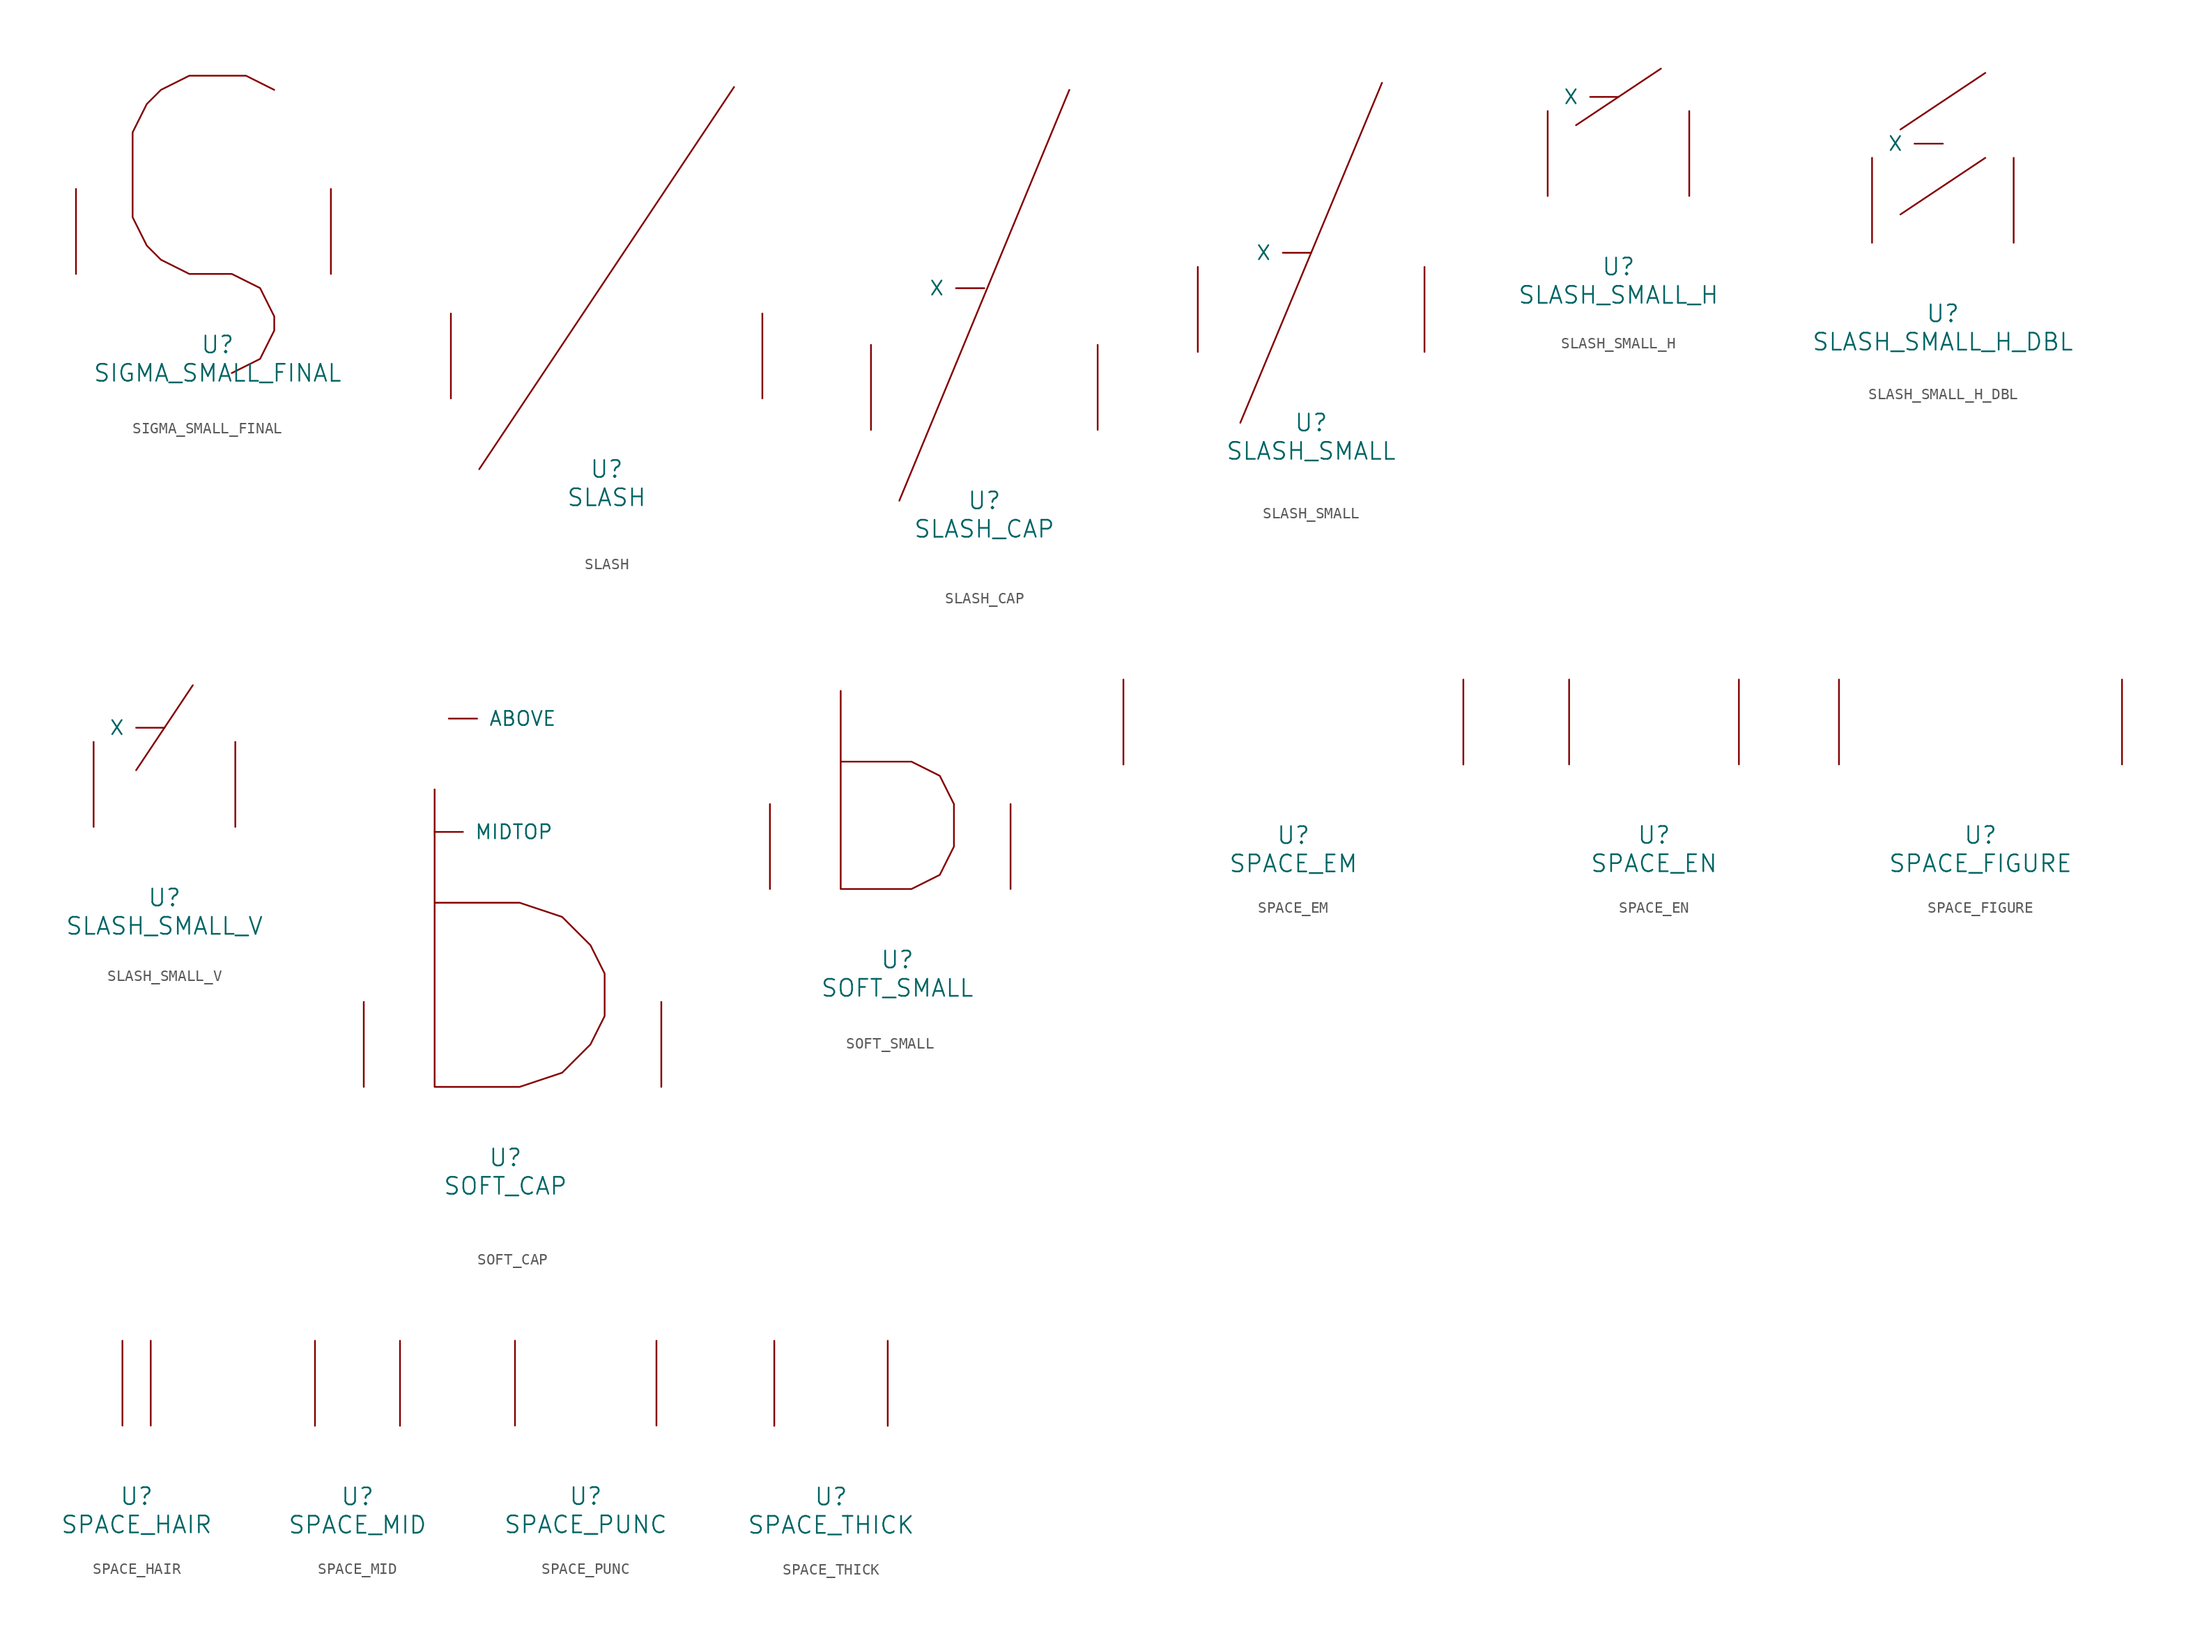
<source format=kicad_sym>
(kicad_symbol_lib
  (version 20220914)
  (generator font_lib2sym)
  (symbol "SIGMA_SMALL_FINAL"
    (pin_names
      (offset 1.016))
    (property "Reference" "U"
      (at 0 -6.35 0)
      (effects (font (size 1.524 1.524))))
    (property "Value" "SIGMA_SMALL_FINAL"
      (at 0 -8.89 0)
      (effects (font (size 1.524 1.524))))
    (symbol "SIGMA_SMALL_FINAL_0_1"
      (polyline (pts (xy 5.08 16.51) (xy 2.54 17.78) (xy -2.54 17.78) (xy -5.08 16.51) (xy -6.35 15.24) (xy -7.62 12.7) (xy -7.62 5.08) (xy -6.35 2.54) (xy -5.08 1.27) (xy -2.54 0) (xy 1.27 0) (xy 3.81 -1.27) (xy 5.08 -3.81) (xy 5.08 -5.08) (xy 3.81 -7.62) (xy 1.27 -8.89)) (stroke (width 0) (type solid)) (fill (type none)))
      (pin input line (at -12.7 0 90) (length 7.62) (name "~" (effects (font (size 1.27 1.27)))) (number "~" (effects (font (size 1.27 1.27)))))
      (pin input line (at 10.16 0 90) (length 7.62) (name "~" (effects (font (size 1.27 1.27)))) (number "~" (effects (font (size 1.27 1.27)))))))
  (symbol "SLASH"
    (pin_names
      (offset 1.016))
    (property "Reference" "U"
      (at 0 -6.35 0)
      (effects (font (size 1.524 1.524))))
    (property "Value" "SLASH"
      (at 0 -8.89 0)
      (effects (font (size 1.524 1.524))))
    (symbol "SLASH_0_1"
      (polyline (pts (xy 11.43 27.94) (xy -11.43 -6.35) (xy -11.43 -6.35)) (stroke (width 0) (type solid)) (fill (type none)))
      (pin input line (at -13.97 0 90) (length 7.62) (name "~" (effects (font (size 1.27 1.27)))) (number "~" (effects (font (size 1.27 1.27)))))
      (pin input line (at 13.97 0 90) (length 7.62) (name "~" (effects (font (size 1.27 1.27)))) (number "~" (effects (font (size 1.27 1.27)))))))
  (symbol "SLASH_CAP"
    (pin_names
      (offset 1.016))
    (property "Reference" "U"
      (at 0 -6.35 0)
      (effects (font (size 1.524 1.524))))
    (property "Value" "SLASH_CAP"
      (at 0 -8.89 0)
      (effects (font (size 1.524 1.524))))
    (symbol "SLASH_CAP_0_1"
      (polyline (pts (xy 7.62 30.48) (xy -7.62 -6.35)) (stroke (width 0) (type solid)) (fill (type none)))
      (pin input line (at 0 12.7 180) (length 2.54) (name "X" (effects (font (size 1.27 1.27)))) (number "~" (effects (font (size 1.27 1.27)))))
      (pin input line (at -10.16 0 90) (length 7.62) (name "~" (effects (font (size 1.27 1.27)))) (number "~" (effects (font (size 1.27 1.27)))))
      (pin input line (at 10.16 0 90) (length 7.62) (name "~" (effects (font (size 1.27 1.27)))) (number "~" (effects (font (size 1.27 1.27)))))))
  (symbol "SLASH_SMALL"
    (pin_names
      (offset 1.016))
    (property "Reference" "U"
      (at 0 -6.35 0)
      (effects (font (size 1.524 1.524))))
    (property "Value" "SLASH_SMALL"
      (at 0 -8.89 0)
      (effects (font (size 1.524 1.524))))
    (symbol "SLASH_SMALL_0_1"
      (polyline (pts (xy 6.35 24.13) (xy -6.35 -6.35)) (stroke (width 0) (type solid)) (fill (type none)))
      (pin input line (at 0 8.89 180) (length 2.54) (name "X" (effects (font (size 1.27 1.27)))) (number "~" (effects (font (size 1.27 1.27)))))
      (pin input line (at -10.16 0 90) (length 7.62) (name "~" (effects (font (size 1.27 1.27)))) (number "~" (effects (font (size 1.27 1.27)))))
      (pin input line (at 10.16 0 90) (length 7.62) (name "~" (effects (font (size 1.27 1.27)))) (number "~" (effects (font (size 1.27 1.27)))))))
  (symbol "SLASH_SMALL_H"
    (pin_names
      (offset 1.016))
    (property "Reference" "U"
      (at 0 -6.35 0)
      (effects (font (size 1.524 1.524))))
    (property "Value" "SLASH_SMALL_H"
      (at 0 -8.89 0)
      (effects (font (size 1.524 1.524))))
    (symbol "SLASH_SMALL_H_0_1"
      (polyline (pts (xy -3.81 6.35) (xy 3.81 11.43)) (stroke (width 0) (type solid)) (fill (type none)))
      (pin input line (at 0 8.89 180) (length 2.54) (name "X" (effects (font (size 1.27 1.27)))) (number "~" (effects (font (size 1.27 1.27)))))
      (pin input line (at -6.35 0 90) (length 7.62) (name "~" (effects (font (size 1.27 1.27)))) (number "~" (effects (font (size 1.27 1.27)))))
      (pin input line (at 6.35 0 90) (length 7.62) (name "~" (effects (font (size 1.27 1.27)))) (number "~" (effects (font (size 1.27 1.27)))))))
  (symbol "SLASH_SMALL_H_DBL"
    (pin_names
      (offset 1.016))
    (property "Reference" "U"
      (at 0 -6.35 0)
      (effects (font (size 1.524 1.524))))
    (property "Value" "SLASH_SMALL_H_DBL"
      (at 0 -8.89 0)
      (effects (font (size 1.524 1.524))))
    (symbol "SLASH_SMALL_H_DBL_0_1"
      (polyline (pts (xy -3.81 2.54) (xy 3.81 7.62)) (stroke (width 0) (type solid)) (fill (type none)))
      (polyline (pts (xy -3.81 10.16) (xy 3.81 15.24)) (stroke (width 0) (type solid)) (fill (type none)))
      (pin input line (at 0 8.89 180) (length 2.54) (name "X" (effects (font (size 1.27 1.27)))) (number "~" (effects (font (size 1.27 1.27)))))
      (pin input line (at -6.35 0 90) (length 7.62) (name "~" (effects (font (size 1.27 1.27)))) (number "~" (effects (font (size 1.27 1.27)))))
      (pin input line (at 6.35 0 90) (length 7.62) (name "~" (effects (font (size 1.27 1.27)))) (number "~" (effects (font (size 1.27 1.27)))))))
  (symbol "SLASH_SMALL_V"
    (pin_names
      (offset 1.016))
    (property "Reference" "U"
      (at 0 -6.35 0)
      (effects (font (size 1.524 1.524))))
    (property "Value" "SLASH_SMALL_V"
      (at 0 -8.89 0)
      (effects (font (size 1.524 1.524))))
    (symbol "SLASH_SMALL_V_0_1"
      (polyline (pts (xy 2.54 12.7) (xy -2.54 5.08)) (stroke (width 0) (type solid)) (fill (type none)))
      (pin input line (at 0 8.89 180) (length 2.54) (name "X" (effects (font (size 1.27 1.27)))) (number "~" (effects (font (size 1.27 1.27)))))
      (pin input line (at -6.35 0 90) (length 7.62) (name "~" (effects (font (size 1.27 1.27)))) (number "~" (effects (font (size 1.27 1.27)))))
      (pin input line (at 6.35 0 90) (length 7.62) (name "~" (effects (font (size 1.27 1.27)))) (number "~" (effects (font (size 1.27 1.27)))))))
  (symbol "SOFT_CAP"
    (pin_names
      (offset 1.016))
    (property "Reference" "U"
      (at 0 -6.35 0)
      (effects (font (size 1.524 1.524))))
    (property "Value" "SOFT_CAP"
      (at 0 -8.89 0)
      (effects (font (size 1.524 1.524))))
    (symbol "SOFT_CAP_0_1"
      (polyline (pts (xy -6.35 26.67) (xy -6.35 0) (xy 1.27 0) (xy 5.08 1.27) (xy 7.62 3.81) (xy 8.89 6.35) (xy 8.89 10.16) (xy 7.62 12.7) (xy 5.08 15.24) (xy 1.27 16.51) (xy -6.35 16.51)) (stroke (width 0) (type solid)) (fill (type none)))
      (pin input line (at -5.08 33.02 0) (length 2.54) (name "ABOVE" (effects (font (size 1.27 1.27)))) (number "~" (effects (font (size 1.27 1.27)))))
      (pin input line (at -6.35 22.86 0) (length 2.54) (name "MIDTOP" (effects (font (size 1.27 1.27)))) (number "~" (effects (font (size 1.27 1.27)))))
      (pin input line (at -12.7 0 90) (length 7.62) (name "~" (effects (font (size 1.27 1.27)))) (number "~" (effects (font (size 1.27 1.27)))))
      (pin input line (at 13.97 0 90) (length 7.62) (name "~" (effects (font (size 1.27 1.27)))) (number "~" (effects (font (size 1.27 1.27)))))))
  (symbol "SOFT_SMALL"
    (pin_names
      (offset 1.016))
    (property "Reference" "U"
      (at 0 -6.35 0)
      (effects (font (size 1.524 1.524))))
    (property "Value" "SOFT_SMALL"
      (at 0 -8.89 0)
      (effects (font (size 1.524 1.524))))
    (symbol "SOFT_SMALL_0_1"
      (polyline (pts (xy -5.08 17.78) (xy -5.08 0) (xy 1.27 0) (xy 3.81 1.27) (xy 5.08 3.81) (xy 5.08 7.62) (xy 3.81 10.16) (xy 1.27 11.43) (xy -5.08 11.43)) (stroke (width 0) (type solid)) (fill (type none)))
      (pin input line (at -11.43 0 90) (length 7.62) (name "~" (effects (font (size 1.27 1.27)))) (number "~" (effects (font (size 1.27 1.27)))))
      (pin input line (at 10.16 0 90) (length 7.62) (name "~" (effects (font (size 1.27 1.27)))) (number "~" (effects (font (size 1.27 1.27)))))))
  (symbol "SPACE_EM"
    (pin_names
      (offset 1.016))
    (property "Reference" "U"
      (at 0 -6.35 0)
      (effects (font (size 1.524 1.524))))
    (property "Value" "SPACE_EM"
      (at 0 -8.89 0)
      (effects (font (size 1.524 1.524))))
    (symbol "SPACE_EM_0_1"
      (pin input line (at -15.24 0 90) (length 7.62) (name "~" (effects (font (size 1.27 1.27)))) (number "~" (effects (font (size 1.27 1.27)))))
      (pin input line (at 15.24 0 90) (length 7.62) (name "~" (effects (font (size 1.27 1.27)))) (number "~" (effects (font (size 1.27 1.27)))))))
  (symbol "SPACE_EN"
    (pin_names
      (offset 1.016))
    (property "Reference" "U"
      (at 0 -6.35 0)
      (effects (font (size 1.524 1.524))))
    (property "Value" "SPACE_EN"
      (at 0 -8.89 0)
      (effects (font (size 1.524 1.524))))
    (symbol "SPACE_EN_0_1"
      (pin input line (at -7.62 0 90) (length 7.62) (name "~" (effects (font (size 1.27 1.27)))) (number "~" (effects (font (size 1.27 1.27)))))
      (pin input line (at 7.62 0 90) (length 7.62) (name "~" (effects (font (size 1.27 1.27)))) (number "~" (effects (font (size 1.27 1.27)))))))
  (symbol "SPACE_FIGURE"
    (pin_names
      (offset 1.016))
    (property "Reference" "U"
      (at 0 -6.35 0)
      (effects (font (size 1.524 1.524))))
    (property "Value" "SPACE_FIGURE"
      (at 0 -8.89 0)
      (effects (font (size 1.524 1.524))))
    (symbol "SPACE_FIGURE_0_1"
      (pin input line (at -12.7 0 90) (length 7.62) (name "~" (effects (font (size 1.27 1.27)))) (number "~" (effects (font (size 1.27 1.27)))))
      (pin input line (at 12.7 0 90) (length 7.62) (name "~" (effects (font (size 1.27 1.27)))) (number "~" (effects (font (size 1.27 1.27)))))))
  (symbol "SPACE_HAIR"
    (pin_names
      (offset 1.016))
    (property "Reference" "U"
      (at 0 -6.35 0)
      (effects (font (size 1.524 1.524))))
    (property "Value" "SPACE_HAIR"
      (at 0 -8.89 0)
      (effects (font (size 1.524 1.524))))
    (symbol "SPACE_HAIR_0_1"
      (pin input line (at -1.27 0 90) (length 7.62) (name "~" (effects (font (size 1.27 1.27)))) (number "~" (effects (font (size 1.27 1.27)))))
      (pin input line (at 1.27 0 90) (length 7.62) (name "~" (effects (font (size 1.27 1.27)))) (number "~" (effects (font (size 1.27 1.27)))))))
  (symbol "SPACE_MID"
    (pin_names
      (offset 1.016))
    (property "Reference" "U"
      (at 0 -6.35 0)
      (effects (font (size 1.524 1.524))))
    (property "Value" "SPACE_MID"
      (at 0 -8.89 0)
      (effects (font (size 1.524 1.524))))
    (symbol "SPACE_MID_0_1"
      (pin input line (at -3.81 0 90) (length 7.62) (name "~" (effects (font (size 1.27 1.27)))) (number "~" (effects (font (size 1.27 1.27)))))
      (pin input line (at 3.81 0 90) (length 7.62) (name "~" (effects (font (size 1.27 1.27)))) (number "~" (effects (font (size 1.27 1.27)))))))
  (symbol "SPACE_PUNC"
    (pin_names
      (offset 1.016))
    (property "Reference" "U"
      (at 0 -6.35 0)
      (effects (font (size 1.524 1.524))))
    (property "Value" "SPACE_PUNC"
      (at 0 -8.89 0)
      (effects (font (size 1.524 1.524))))
    (symbol "SPACE_PUNC_0_1"
      (pin input line (at -6.35 0 90) (length 7.62) (name "~" (effects (font (size 1.27 1.27)))) (number "~" (effects (font (size 1.27 1.27)))))
      (pin input line (at 6.35 0 90) (length 7.62) (name "~" (effects (font (size 1.27 1.27)))) (number "~" (effects (font (size 1.27 1.27)))))))
  (symbol "SPACE_THICK"
    (pin_names
      (offset 1.016))
    (property "Reference" "U"
      (at 0 -6.35 0)
      (effects (font (size 1.524 1.524))))
    (property "Value" "SPACE_THICK"
      (at 0 -8.89 0)
      (effects (font (size 1.524 1.524))))
    (symbol "SPACE_THICK_0_1"
      (pin input line (at -5.08 0 90) (length 7.62) (name "~" (effects (font (size 1.27 1.27)))) (number "~" (effects (font (size 1.27 1.27)))))
      (pin input line (at 5.08 0 90) (length 7.62) (name "~" (effects (font (size 1.27 1.27)))) (number "~" (effects (font (size 1.27 1.27))))))))
</source>
